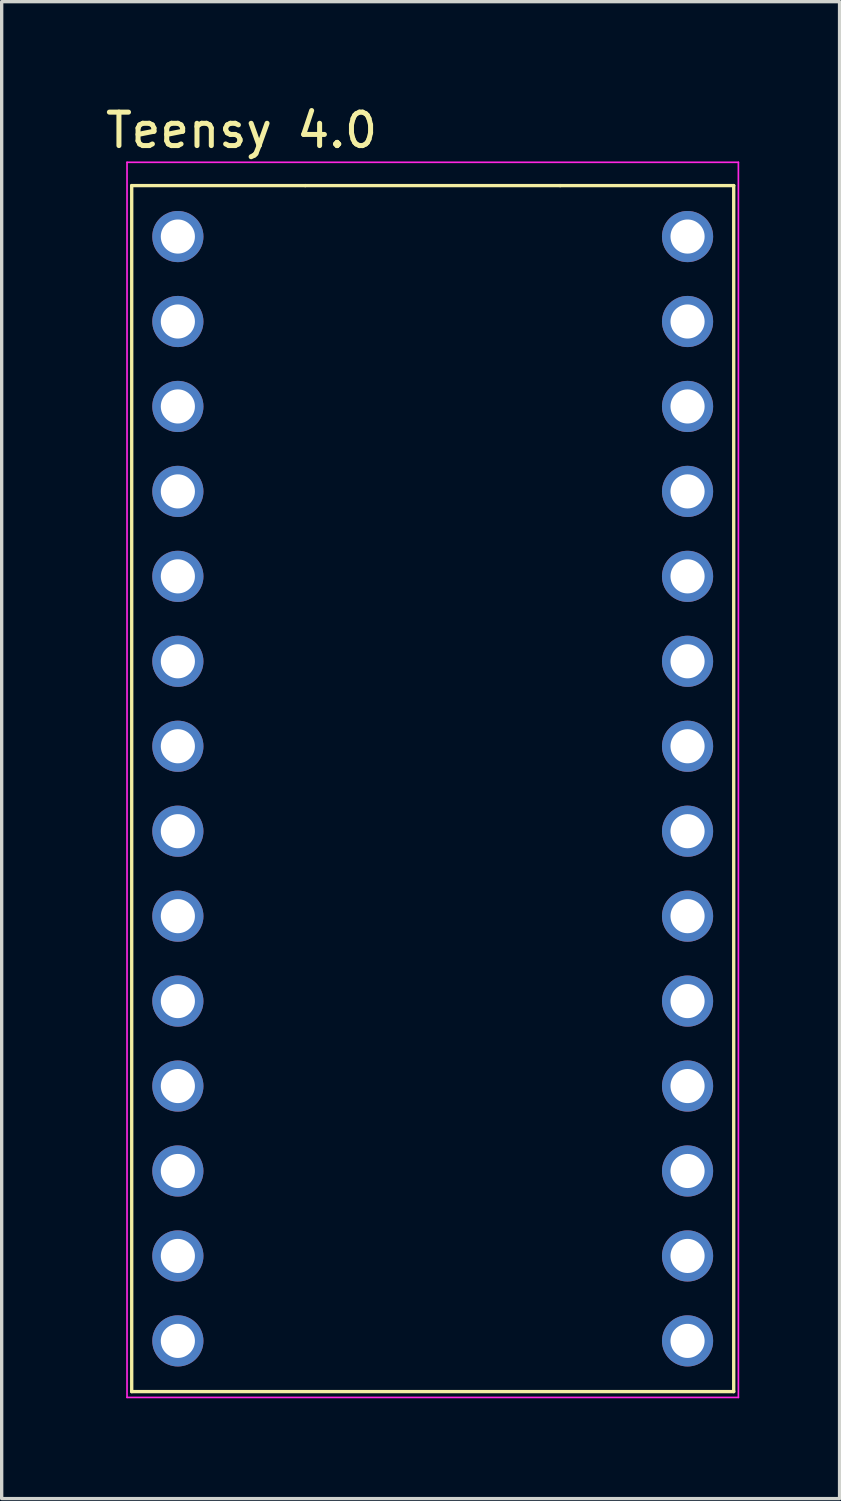
<source format=kicad_pcb>
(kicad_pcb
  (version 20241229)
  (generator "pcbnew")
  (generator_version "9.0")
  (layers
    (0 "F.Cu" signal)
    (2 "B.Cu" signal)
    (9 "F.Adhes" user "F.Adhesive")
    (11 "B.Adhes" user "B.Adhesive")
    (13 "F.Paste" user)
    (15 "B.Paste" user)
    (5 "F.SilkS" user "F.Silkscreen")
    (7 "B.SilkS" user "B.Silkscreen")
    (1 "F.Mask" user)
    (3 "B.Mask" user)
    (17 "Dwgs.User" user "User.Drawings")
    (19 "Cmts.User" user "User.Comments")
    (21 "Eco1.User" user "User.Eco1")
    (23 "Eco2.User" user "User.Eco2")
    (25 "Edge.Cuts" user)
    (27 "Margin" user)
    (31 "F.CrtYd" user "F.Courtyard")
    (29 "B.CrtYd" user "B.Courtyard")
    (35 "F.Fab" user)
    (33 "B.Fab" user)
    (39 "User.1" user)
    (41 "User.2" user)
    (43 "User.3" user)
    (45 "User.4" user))
  (footprint "Teensy 4.0"
    (layer "F.Cu")
    (at 9.888 20.533)
    (property "Reference" "Teensy 4.0" (at -5.715 -19.685 0) (layer "F.SilkS") (effects (font (size 1 1) (thickness 0.15))))
    (attr through_hole)
    (fp_line (start -9 -18.034) (end -9 18.026) (stroke (width 0.1) (type default)) (layer "F.SilkS"))
    (fp_line (start -3.81 -18.034) (end -9 -18.034) (stroke (width 0.1) (type default)) (layer "F.SilkS"))
    (fp_line (start 3.81 -18.034) (end -3.81 -18.034) (stroke (width 0.1) (type default)) (layer "F.SilkS"))
    (fp_line (start 9 -18.034) (end 3.81 -18.034) (stroke (width 0.1) (type default)) (layer "F.SilkS"))
    (fp_line (start 9 -18.034) (end 9 18.026) (stroke (width 0.1) (type default)) (layer "F.SilkS"))
    (fp_line (start 9 18.026) (end -9 18.026) (stroke (width 0.1) (type default)) (layer "F.SilkS"))
    (fp_line (start -9.14 -18.73) (end 9.14 -18.73) (stroke (width 0.05) (type solid)) (layer "F.CrtYd"))
    (fp_line (start -9.14 18.2) (end -9.14 -18.73) (stroke (width 0.05) (type solid)) (layer "F.CrtYd"))
    (fp_line (start 9.14 -18.73) (end 9.14 18.2) (stroke (width 0.05) (type solid)) (layer "F.CrtYd"))
    (fp_line (start 9.14 18.2) (end -9.14 18.2) (stroke (width 0.05) (type solid)) (layer "F.CrtYd"))
    (pad "0" thru_hole circle (at -7.62 -13.97) (size 1.53 1.53) (drill 1.02) (layers "*.Cu" "*.Mask"))
    (pad "1" thru_hole circle (at -7.62 -11.43) (size 1.53 1.53) (drill 1.02) (layers "*.Cu" "*.Mask"))
    (pad "2" thru_hole circle (at -7.62 -8.89) (size 1.53 1.53) (drill 1.02) (layers "*.Cu" "*.Mask"))
    (pad "3" thru_hole circle (at -7.62 -6.35) (size 1.53 1.53) (drill 1.02) (layers "*.Cu" "*.Mask"))
    (pad "3.3V_2" thru_hole circle (at 7.62 -11.43) (size 1.53 1.53) (drill 1.02) (layers "*.Cu" "*.Mask"))
    (pad "4" thru_hole circle (at -7.62 -3.81) (size 1.53 1.53) (drill 1.02) (layers "*.Cu" "*.Mask"))
    (pad "5" thru_hole circle (at -7.62 -1.27) (size 1.53 1.53) (drill 1.02) (layers "*.Cu" "*.Mask"))
    (pad "6" thru_hole circle (at -7.62 1.27) (size 1.53 1.53) (drill 1.02) (layers "*.Cu" "*.Mask"))
    (pad "7" thru_hole circle (at -7.62 3.81) (size 1.53 1.53) (drill 1.02) (layers "*.Cu" "*.Mask"))
    (pad "8" thru_hole circle (at -7.62 6.35) (size 1.53 1.53) (drill 1.02) (layers "*.Cu" "*.Mask"))
    (pad "9" thru_hole circle (at -7.62 8.89) (size 1.53 1.53) (drill 1.02) (layers "*.Cu" "*.Mask"))
    (pad "10" thru_hole circle (at -7.62 11.43) (size 1.53 1.53) (drill 1.02) (layers "*.Cu" "*.Mask"))
    (pad "11" thru_hole circle (at -7.62 13.97) (size 1.53 1.53) (drill 1.02) (layers "*.Cu" "*.Mask"))
    (pad "12" thru_hole circle (at -7.62 16.51) (size 1.53 1.53) (drill 1.02) (layers "*.Cu" "*.Mask"))
    (pad "13" thru_hole circle (at 7.62 16.51) (size 1.53 1.53) (drill 1.02) (layers "*.Cu" "*.Mask"))
    (pad "14" thru_hole circle (at 7.62 13.97) (size 1.53 1.53) (drill 1.02) (layers "*.Cu" "*.Mask"))
    (pad "15" thru_hole circle (at 7.62 11.43) (size 1.53 1.53) (drill 1.02) (layers "*.Cu" "*.Mask"))
    (pad "16" thru_hole circle (at 7.62 8.89) (size 1.53 1.53) (drill 1.02) (layers "*.Cu" "*.Mask"))
    (pad "17" thru_hole circle (at 7.62 6.35) (size 1.53 1.53) (drill 1.02) (layers "*.Cu" "*.Mask"))
    (pad "18" thru_hole circle (at 7.62 3.81) (size 1.53 1.53) (drill 1.02) (layers "*.Cu" "*.Mask"))
    (pad "19" thru_hole circle (at 7.62 1.27) (size 1.53 1.53) (drill 1.02) (layers "*.Cu" "*.Mask"))
    (pad "20" thru_hole circle (at 7.62 -1.27) (size 1.53 1.53) (drill 1.02) (layers "*.Cu" "*.Mask"))
    (pad "21" thru_hole circle (at 7.62 -3.81) (size 1.53 1.53) (drill 1.02) (layers "*.Cu" "*.Mask"))
    (pad "22" thru_hole circle (at 7.62 -6.35) (size 1.53 1.53) (drill 1.02) (layers "*.Cu" "*.Mask"))
    (pad "23" thru_hole circle (at 7.62 -8.89) (size 1.53 1.53) (drill 1.02) (layers "*.Cu" "*.Mask"))
    (pad "G1" thru_hole circle (at -7.62 -16.51) (size 1.53 1.53) (drill 1.02) (layers "*.Cu" "*.Mask"))
    (pad "G3" thru_hole circle (at 7.62 -13.97) (size 1.53 1.53) (drill 1.02) (layers "*.Cu" "*.Mask"))
    (pad "VIN" thru_hole circle (at 7.62 -16.51) (size 1.53 1.53) (drill 1.02) (layers "*.Cu" "*.Mask")))
  (gr_rect
    (start -3 -3)
    (end 22.053 41.758)
    (stroke (width 0.1) (type default))
    (fill no)
    (layer "Edge.Cuts")))
</source>
